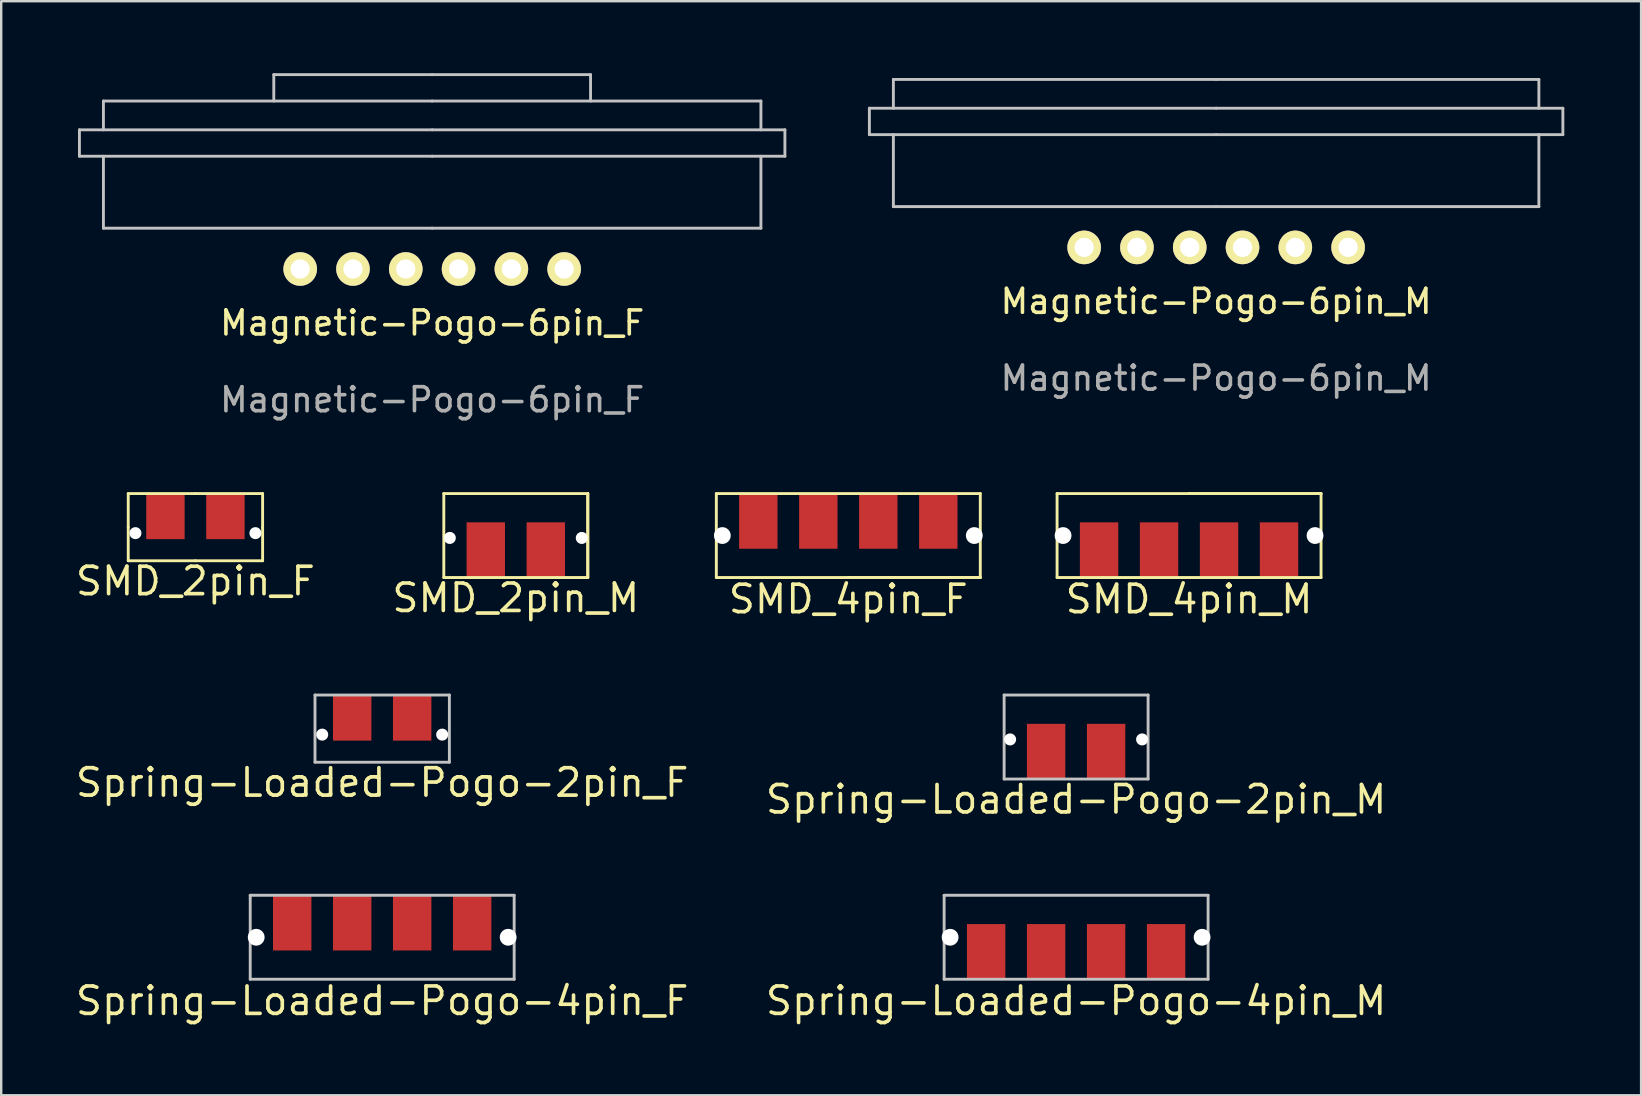
<source format=kicad_pcb>
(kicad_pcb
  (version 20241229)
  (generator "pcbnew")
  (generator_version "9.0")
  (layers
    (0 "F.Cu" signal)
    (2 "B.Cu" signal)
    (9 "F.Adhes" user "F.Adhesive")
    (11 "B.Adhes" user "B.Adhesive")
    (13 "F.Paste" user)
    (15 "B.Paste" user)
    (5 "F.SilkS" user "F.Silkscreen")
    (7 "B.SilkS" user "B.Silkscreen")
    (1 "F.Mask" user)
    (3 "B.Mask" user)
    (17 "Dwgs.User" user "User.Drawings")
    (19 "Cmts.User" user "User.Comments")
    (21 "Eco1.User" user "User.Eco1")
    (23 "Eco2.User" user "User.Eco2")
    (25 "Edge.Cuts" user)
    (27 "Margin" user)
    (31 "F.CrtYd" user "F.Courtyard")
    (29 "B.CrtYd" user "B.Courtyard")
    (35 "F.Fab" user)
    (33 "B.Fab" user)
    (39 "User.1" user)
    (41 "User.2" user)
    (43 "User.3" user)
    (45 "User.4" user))
  (footprint "Spring-Loaded-Pogo-2pin_M"
    (layer "F.Cu")
    (at 41.795 27.664)
    (property "Reference" "Spring-Loaded-Pogo-2pin_M" (at 0 2.6 0) (layer "F.SilkS") (effects (font (size 1.143 1.143) (thickness 0.152))))
    (attr smd)
    (fp_line (start -3 -1.75) (end 3 -1.75) (stroke (width 0.12) (type default)) (layer "Dwgs.User"))
    (fp_line (start -3 1.75) (end -3 -1.75) (stroke (width 0.12) (type default)) (layer "Dwgs.User"))
    (fp_line (start 3 -1.75) (end 3 1.75) (stroke (width 0.12) (type default)) (layer "Dwgs.User"))
    (fp_line (start 3 1.75) (end -3 1.75) (stroke (width 0.12) (type default)) (layer "Dwgs.User"))
    (pad "" np_thru_hole circle (at -2.75 0.1 270) (size 0.5 0.5) (drill 0.5) (layers "*.Cu" "*.Mask"))
    (pad "" np_thru_hole circle (at 2.75 0.1 270) (size 0.5 0.5) (drill 0.5) (layers "*.Cu" "*.Mask"))
    (pad "1" smd rect (at -1.25 0.6) (size 1.6 2.3) (layers "F.Cu" "F.Mask" "F.Paste"))
    (pad "2" smd rect (at 1.25 0.6) (size 1.6 2.3) (layers "F.Cu" "F.Mask" "F.Paste")))
  (footprint "Magnetic-Pogo-6pin_M"
    (layer "F.Cu")
    (at 47.63 7.26)
    (property "Reference" "Magnetic-Pogo-6pin_M" (at 0 2.25 0) (unlocked yes) (layer "F.SilkS") (effects (font (size 1 1) (thickness 0.15))))
    (attr smd)
    (fp_line (start -14.45 -4.7) (end -14.45 -5.8) (stroke (width 0.12) (type default)) (layer "Dwgs.User"))
    (fp_line (start -13.45 -7) (end -13.45 -5.8) (stroke (width 0.12) (type default)) (layer "Dwgs.User"))
    (fp_line (start -13.45 -1.7) (end -13.45 -4.7) (stroke (width 0.12) (type default)) (layer "Dwgs.User"))
    (fp_line (start 0 -7) (end -13.45 -7) (stroke (width 0.12) (type default)) (layer "Dwgs.User"))
    (fp_line (start 0 -7) (end 13.45 -7) (stroke (width 0.12) (type default)) (layer "Dwgs.User"))
    (fp_line (start 0 -5.8) (end -14.45 -5.8) (stroke (width 0.12) (type default)) (layer "Dwgs.User"))
    (fp_line (start 0 -5.8) (end 14.45 -5.8) (stroke (width 0.12) (type default)) (layer "Dwgs.User"))
    (fp_line (start 0 -4.7) (end -14.45 -4.7) (stroke (width 0.12) (type default)) (layer "Dwgs.User"))
    (fp_line (start 0 -4.7) (end 14.45 -4.7) (stroke (width 0.12) (type default)) (layer "Dwgs.User"))
    (fp_line (start 0 -1.7) (end -13.45 -1.7) (stroke (width 0.12) (type default)) (layer "Dwgs.User"))
    (fp_line (start 0 -1.7) (end 13.45 -1.7) (stroke (width 0.12) (type default)) (layer "Dwgs.User"))
    (fp_line (start 13.45 -5.8) (end 13.45 -7) (stroke (width 0.12) (type default)) (layer "Dwgs.User"))
    (fp_line (start 13.45 -1.7) (end 13.45 -4.7) (stroke (width 0.12) (type default)) (layer "Dwgs.User"))
    (fp_line (start 14.45 -5.8) (end 14.45 -4.7) (stroke (width 0.12) (type default)) (layer "Dwgs.User"))
    (fp_line (start 0 0) (end 0 -0.1) (stroke (width 0.12) (type default)) (layer "User.1"))
    (fp_line (start 0 0) (end 0 0.1) (stroke (width 0.12) (type default)) (layer "User.1"))
    (fp_line (start 0.1 0) (end -0.1 0) (stroke (width 0.12) (type default)) (layer "User.1"))
    (fp_line (start -14.65 -6) (end -14.65 -4.5) (stroke (width 0.12) (type default)) (layer "User.2"))
    (fp_line (start -13.65 -7.2) (end -13.65 -6) (stroke (width 0.12) (type default)) (layer "User.2"))
    (fp_line (start -13.65 -4.5) (end -13.65 -1.5) (stroke (width 0.12) (type default)) (layer "User.2"))
    (fp_line (start 0 -7.2) (end -13.65 -7.2) (stroke (width 0.12) (type default)) (layer "User.2"))
    (fp_line (start 0 -7.2) (end 13.65 -7.2) (stroke (width 0.12) (type default)) (layer "User.2"))
    (fp_line (start 0 -6) (end -14.65 -6) (stroke (width 0.12) (type default)) (layer "User.2"))
    (fp_line (start 0 -6) (end 14.65 -6) (stroke (width 0.12) (type default)) (layer "User.2"))
    (fp_line (start 0 -4.5) (end -14.65 -4.5) (stroke (width 0.12) (type default)) (layer "User.2"))
    (fp_line (start 0 -4.5) (end 14.65 -4.5) (stroke (width 0.12) (type default)) (layer "User.2"))
    (fp_line (start 0 -1.5) (end -13.65 -1.5) (stroke (width 0.12) (type default)) (layer "User.2"))
    (fp_line (start 0 -1.5) (end 13.65 -1.5) (stroke (width 0.12) (type default)) (layer "User.2"))
    (fp_line (start 13.65 -6) (end 13.65 -7.2) (stroke (width 0.12) (type default)) (layer "User.2"))
    (fp_line (start 13.65 -1.5) (end 13.65 -4.5) (stroke (width 0.12) (type default)) (layer "User.2"))
    (fp_line (start 14.65 -4.5) (end 14.65 -6) (stroke (width 0.12) (type default)) (layer "User.2"))
    (fp_text user "${REFERENCE}" (at 0 5.45 0) (unlocked yes) (layer "F.Fab") (effects (font (size 1 1) (thickness 0.15))))
    (pad "1" thru_hole circle (at -5.5 0) (size 1.4 1.4) (drill 0.8) (layers "*.Cu" "*.Mask" "F.SilkS"))
    (pad "2" thru_hole circle (at -3.3 0) (size 1.4 1.4) (drill 0.8) (layers "*.Cu" "*.Mask" "F.SilkS"))
    (pad "3" thru_hole circle (at -1.1 0) (size 1.4 1.4) (drill 0.8) (layers "*.Cu" "*.Mask" "F.SilkS"))
    (pad "4" thru_hole circle (at 1.1 0) (size 1.4 1.4) (drill 0.8) (layers "*.Cu" "*.Mask" "F.SilkS"))
    (pad "5" thru_hole circle (at 3.3 0) (size 1.4 1.4) (drill 0.8) (layers "*.Cu" "*.Mask" "F.SilkS"))
    (pad "6" thru_hole circle (at 5.5 0) (size 1.4 1.4) (drill 0.8) (layers "*.Cu" "*.Mask" "F.SilkS")))
  (footprint "SMD_4pin_M"
    (layer "F.Cu")
    (at 46.502 19.268)
    (property "Reference" "SMD_4pin_M" (at 0 2.65 0) (layer "F.SilkS") (effects (font (size 1.143 1.143) (thickness 0.152))))
    (attr smd)
    (fp_line (start -5.5 -1.75) (end 0 -1.75) (stroke (width 0.12) (type default)) (layer "F.SilkS"))
    (fp_line (start -5.5 1.75) (end -5.5 -1.75) (stroke (width 0.12) (type default)) (layer "F.SilkS"))
    (fp_line (start 0 -1.75) (end 5.5 -1.75) (stroke (width 0.12) (type default)) (layer "F.SilkS"))
    (fp_line (start 5.5 -1.75) (end 0 -1.75) (stroke (width 0.12) (type default)) (layer "F.SilkS"))
    (fp_line (start 5.5 -1.75) (end 5.5 1.75) (stroke (width 0.12) (type default)) (layer "F.SilkS"))
    (fp_line (start 5.5 1.75) (end -5.5 1.75) (stroke (width 0.12) (type default)) (layer "F.SilkS"))
    (fp_line (start -5.5 0) (end -5.25 0) (stroke (width 0.12) (type default)) (layer "User.1"))
    (fp_line (start 5.5 0) (end 5.25 0) (stroke (width 0.12) (type default)) (layer "User.1"))
    (pad "" np_thru_hole circle (at -5.25 0 270) (size 0.7 0.7) (drill 0.7) (layers "*.Cu" "*.Mask"))
    (pad "" np_thru_hole circle (at 5.25 0 270) (size 0.7 0.7) (drill 0.7) (layers "*.Cu" "*.Mask"))
    (pad "1" smd rect (at -3.75 0.6) (size 1.6 2.3) (layers "F.Cu" "F.Mask" "F.Paste"))
    (pad "2" smd rect (at -1.25 0.6) (size 1.6 2.3) (layers "F.Cu" "F.Mask" "F.Paste"))
    (pad "3" smd rect (at 1.25 0.6) (size 1.6 2.3) (layers "F.Cu" "F.Mask" "F.Paste"))
    (pad "4" smd rect (at 3.75 0.6) (size 1.6 2.3) (layers "F.Cu" "F.Mask" "F.Paste")))
  (footprint "SMD_4pin_F"
    (layer "F.Cu")
    (at 32.302 19.268)
    (property "Reference" "SMD_4pin_F" (at 0 2.65 0) (layer "F.SilkS") (effects (font (size 1.143 1.143) (thickness 0.152))))
    (attr smd)
    (fp_line (start -5.5 -1.75) (end -5.5 1.75) (stroke (width 0.12) (type default)) (layer "F.SilkS"))
    (fp_line (start -5.5 1.75) (end 0 1.75) (stroke (width 0.12) (type default)) (layer "F.SilkS"))
    (fp_line (start 0 1.75) (end 5.5 1.75) (stroke (width 0.12) (type default)) (layer "F.SilkS"))
    (fp_line (start 5.5 -1.75) (end -5.5 -1.75) (stroke (width 0.12) (type default)) (layer "F.SilkS"))
    (fp_line (start 5.5 1.75) (end 0 1.75) (stroke (width 0.12) (type default)) (layer "F.SilkS"))
    (fp_line (start 5.5 1.75) (end 5.5 -1.75) (stroke (width 0.12) (type default)) (layer "F.SilkS"))
    (fp_line (start -5.5 0) (end -5.25 0) (stroke (width 0.12) (type default)) (layer "User.1"))
    (fp_line (start 5.5 0) (end 5.25 0) (stroke (width 0.12) (type default)) (layer "User.1"))
    (pad "" np_thru_hole circle (at -5.25 0 90) (size 0.7 0.7) (drill 0.7) (layers "*.Cu" "*.Mask"))
    (pad "" np_thru_hole circle (at 5.25 0 90) (size 0.7 0.7) (drill 0.7) (layers "*.Cu" "*.Mask"))
    (pad "1" smd rect (at -3.75 -0.6) (size 1.6 2.3) (layers "F.Cu" "F.Mask" "F.Paste"))
    (pad "2" smd rect (at -1.25 -0.6) (size 1.6 2.3) (layers "F.Cu" "F.Mask" "F.Paste"))
    (pad "3" smd rect (at 1.25 -0.6) (size 1.6 2.3) (layers "F.Cu" "F.Mask" "F.Paste"))
    (pad "4" smd rect (at 3.75 -0.6) (size 1.6 2.3) (layers "F.Cu" "F.Mask" "F.Paste")))
  (footprint "Spring-Loaded-Pogo-4pin_F"
    (layer "F.Cu")
    (at 12.877 36.009)
    (property "Reference" "Spring-Loaded-Pogo-4pin_F" (at 0 2.65 0) (layer "F.SilkS") (effects (font (size 1.143 1.143) (thickness 0.152))))
    (attr smd)
    (fp_line (start -5.5 -1.75) (end 5.5 -1.75) (stroke (width 0.12) (type default)) (layer "Dwgs.User"))
    (fp_line (start -5.5 1.75) (end -5.5 -1.75) (stroke (width 0.12) (type default)) (layer "Dwgs.User"))
    (fp_line (start 5.5 -1.75) (end 5.5 1.75) (stroke (width 0.12) (type default)) (layer "Dwgs.User"))
    (fp_line (start 5.5 1.75) (end -5.5 1.75) (stroke (width 0.12) (type default)) (layer "Dwgs.User"))
    (fp_line (start -5.5 0) (end -5.25 0) (stroke (width 0.12) (type default)) (layer "User.1"))
    (fp_line (start 5.5 0) (end 5.25 0) (stroke (width 0.12) (type default)) (layer "User.1"))
    (pad "" np_thru_hole circle (at -5.25 0 90) (size 0.7 0.7) (drill 0.7) (layers "*.Cu" "*.Mask"))
    (pad "" np_thru_hole circle (at 5.25 0 90) (size 0.7 0.7) (drill 0.7) (layers "*.Cu" "*.Mask"))
    (pad "1" smd rect (at -3.75 -0.6) (size 1.6 2.3) (layers "F.Cu" "F.Mask" "F.Paste"))
    (pad "2" smd rect (at -1.25 -0.6) (size 1.6 2.3) (layers "F.Cu" "F.Mask" "F.Paste"))
    (pad "3" smd rect (at 1.25 -0.6) (size 1.6 2.3) (layers "F.Cu" "F.Mask" "F.Paste"))
    (pad "4" smd rect (at 3.75 -0.6) (size 1.6 2.3) (layers "F.Cu" "F.Mask" "F.Paste")))
  (footprint "SMD_2pin_F"
    (layer "F.Cu")
    (at 5.094 18.918)
    (property "Reference" "SMD_2pin_F" (at 0 2.25 0) (layer "F.SilkS") (effects (font (size 1.143 1.143) (thickness 0.152))))
    (attr smd)
    (fp_line (start -2.8 -1.4) (end -2.8 0) (stroke (width 0.12) (type default)) (layer "F.SilkS"))
    (fp_line (start -2.8 0) (end -2.8 1.4) (stroke (width 0.12) (type default)) (layer "F.SilkS"))
    (fp_line (start -2.8 1.4) (end 0 1.4) (stroke (width 0.12) (type default)) (layer "F.SilkS"))
    (fp_line (start 0 -1.4) (end -2.8 -1.4) (stroke (width 0.12) (type default)) (layer "F.SilkS"))
    (fp_line (start 0 1.4) (end 2.8 1.4) (stroke (width 0.12) (type default)) (layer "F.SilkS"))
    (fp_line (start 2.8 -1.4) (end 0 -1.4) (stroke (width 0.12) (type default)) (layer "F.SilkS"))
    (fp_line (start 2.8 0) (end 2.8 -1.4) (stroke (width 0.12) (type default)) (layer "F.SilkS"))
    (fp_line (start 2.8 1.4) (end 2.8 0) (stroke (width 0.12) (type default)) (layer "F.SilkS"))
    (pad "" np_thru_hole circle (at -2.5 0.25 90) (size 0.5 0.5) (drill 0.5) (layers "*.Cu" "*.Mask"))
    (pad "" np_thru_hole circle (at 2.5 0.25 90) (size 0.5 0.5) (drill 0.5) (layers "*.Cu" "*.Mask"))
    (pad "1" smd rect (at -1.25 -0.45) (size 1.6 1.9) (layers "F.Cu" "F.Mask" "F.Paste"))
    (pad "2" smd rect (at 1.25 -0.45) (size 1.6 1.9) (layers "F.Cu" "F.Mask" "F.Paste")))
  (footprint "Spring-Loaded-Pogo-4pin_M"
    (layer "F.Cu")
    (at 41.795 36.009)
    (property "Reference" "Spring-Loaded-Pogo-4pin_M" (at 0 2.65 0) (layer "F.SilkS") (effects (font (size 1.143 1.143) (thickness 0.152))))
    (attr smd)
    (fp_line (start -5.5 -1.75) (end 5.5 -1.75) (stroke (width 0.12) (type default)) (layer "Dwgs.User"))
    (fp_line (start -5.5 1.75) (end -5.5 -1.75) (stroke (width 0.12) (type default)) (layer "Dwgs.User"))
    (fp_line (start 5.5 -1.75) (end 5.5 1.75) (stroke (width 0.12) (type default)) (layer "Dwgs.User"))
    (fp_line (start 5.5 1.75) (end -5.5 1.75) (stroke (width 0.12) (type default)) (layer "Dwgs.User"))
    (fp_line (start -5.5 0) (end -5.25 0) (stroke (width 0.12) (type default)) (layer "User.1"))
    (fp_line (start 5.5 0) (end 5.25 0) (stroke (width 0.12) (type default)) (layer "User.1"))
    (pad "" np_thru_hole circle (at -5.25 0 270) (size 0.7 0.7) (drill 0.7) (layers "*.Cu" "*.Mask"))
    (pad "" np_thru_hole circle (at 5.25 0 270) (size 0.7 0.7) (drill 0.7) (layers "*.Cu" "*.Mask"))
    (pad "1" smd rect (at -3.75 0.6) (size 1.6 2.3) (layers "F.Cu" "F.Mask" "F.Paste"))
    (pad "2" smd rect (at -1.25 0.6) (size 1.6 2.3) (layers "F.Cu" "F.Mask" "F.Paste"))
    (pad "3" smd rect (at 1.25 0.6) (size 1.6 2.3) (layers "F.Cu" "F.Mask" "F.Paste"))
    (pad "4" smd rect (at 3.75 0.6) (size 1.6 2.3) (layers "F.Cu" "F.Mask" "F.Paste")))
  (footprint "Spring-Loaded-Pogo-2pin_F"
    (layer "F.Cu")
    (at 12.877 27.314)
    (property "Reference" "Spring-Loaded-Pogo-2pin_F" (at 0 2.25 0) (layer "F.SilkS") (effects (font (size 1.143 1.143) (thickness 0.152))))
    (attr smd)
    (fp_line (start -2.8 -1.4) (end 2.8 -1.4) (stroke (width 0.12) (type default)) (layer "Dwgs.User"))
    (fp_line (start -2.8 1.4) (end -2.8 -1.4) (stroke (width 0.12) (type default)) (layer "Dwgs.User"))
    (fp_line (start 2.8 -1.4) (end 2.8 1.4) (stroke (width 0.12) (type default)) (layer "Dwgs.User"))
    (fp_line (start 2.8 1.4) (end -2.8 1.4) (stroke (width 0.12) (type default)) (layer "Dwgs.User"))
    (pad "" np_thru_hole circle (at -2.5 0.25 90) (size 0.5 0.5) (drill 0.5) (layers "*.Cu" "*.Mask"))
    (pad "" np_thru_hole circle (at 2.5 0.25 90) (size 0.5 0.5) (drill 0.5) (layers "*.Cu" "*.Mask"))
    (pad "1" smd rect (at -1.25 -0.45) (size 1.6 1.9) (layers "F.Cu" "F.Mask" "F.Paste"))
    (pad "2" smd rect (at 1.25 -0.45) (size 1.6 1.9) (layers "F.Cu" "F.Mask" "F.Paste")))
  (footprint "SMD_2pin_M"
    (layer "F.Cu")
    (at 18.445 19.268)
    (property "Reference" "SMD_2pin_M" (at 0 2.6 0) (layer "F.SilkS") (effects (font (size 1.143 1.143) (thickness 0.152))))
    (attr smd)
    (fp_line (start -3 1.75) (end -3 -1.75) (stroke (width 0.12) (type default)) (layer "F.SilkS"))
    (fp_line (start -3 1.75) (end 3 1.75) (stroke (width 0.12) (type default)) (layer "F.SilkS"))
    (fp_line (start 3 -1.75) (end -3 -1.75) (stroke (width 0.12) (type default)) (layer "F.SilkS"))
    (fp_line (start 3 -1.75) (end 3 1.75) (stroke (width 0.12) (type default)) (layer "F.SilkS"))
    (fp_line (start 3 1.75) (end 3 -1.75) (stroke (width 0.12) (type default)) (layer "F.SilkS"))
    (pad "" np_thru_hole circle (at -2.75 0.1 270) (size 0.5 0.5) (drill 0.5) (layers "*.Cu" "*.Mask"))
    (pad "" np_thru_hole circle (at 2.75 0.1 270) (size 0.5 0.5) (drill 0.5) (layers "*.Cu" "*.Mask"))
    (pad "1" smd rect (at -1.25 0.6) (size 1.6 2.3) (layers "F.Cu" "F.Mask" "F.Paste"))
    (pad "2" smd rect (at 1.25 0.6) (size 1.6 2.3) (layers "F.Cu" "F.Mask" "F.Paste")))
  (footprint "Magnetic-Pogo-6pin_F"
    (layer "F.Cu")
    (at 14.96 8.16)
    (property "Reference" "Magnetic-Pogo-6pin_F" (at 0 2.25 0) (unlocked yes) (layer "F.SilkS") (effects (font (size 1 1) (thickness 0.15))))
    (attr smd)
    (fp_line (start -14.7 -4.7) (end -14.7 -5.8) (stroke (width 0.12) (type default)) (layer "Dwgs.User"))
    (fp_line (start -13.7 -7) (end -13.7 -5.8) (stroke (width 0.12) (type default)) (layer "Dwgs.User"))
    (fp_line (start -13.7 -1.7) (end -13.7 -4.7) (stroke (width 0.12) (type default)) (layer "Dwgs.User"))
    (fp_line (start -6.6 -8.1) (end -6.6 -7) (stroke (width 0.12) (type default)) (layer "Dwgs.User"))
    (fp_line (start 0 -8.1) (end -6.6 -8.1) (stroke (width 0.12) (type default)) (layer "Dwgs.User"))
    (fp_line (start 0 -7) (end -13.7 -7) (stroke (width 0.12) (type default)) (layer "Dwgs.User"))
    (fp_line (start 0 -7) (end 13.7 -7) (stroke (width 0.12) (type default)) (layer "Dwgs.User"))
    (fp_line (start 0 -5.8) (end -14.7 -5.8) (stroke (width 0.12) (type default)) (layer "Dwgs.User"))
    (fp_line (start 0 -5.8) (end 14.7 -5.8) (stroke (width 0.12) (type default)) (layer "Dwgs.User"))
    (fp_line (start 0 -4.7) (end -14.7 -4.7) (stroke (width 0.12) (type default)) (layer "Dwgs.User"))
    (fp_line (start 0 -4.7) (end 14.7 -4.7) (stroke (width 0.12) (type default)) (layer "Dwgs.User"))
    (fp_line (start 0 -1.7) (end -13.7 -1.7) (stroke (width 0.12) (type default)) (layer "Dwgs.User"))
    (fp_line (start 0 -1.7) (end 13.7 -1.7) (stroke (width 0.12) (type default)) (layer "Dwgs.User"))
    (fp_line (start 6.6 -8.1) (end 0 -8.1) (stroke (width 0.12) (type default)) (layer "Dwgs.User"))
    (fp_line (start 6.6 -8.1) (end 6.6 -7) (stroke (width 0.12) (type default)) (layer "Dwgs.User"))
    (fp_line (start 13.7 -5.8) (end 13.7 -7) (stroke (width 0.12) (type default)) (layer "Dwgs.User"))
    (fp_line (start 13.7 -1.7) (end 13.7 -4.7) (stroke (width 0.12) (type default)) (layer "Dwgs.User"))
    (fp_line (start 14.7 -5.8) (end 14.7 -4.7) (stroke (width 0.12) (type default)) (layer "Dwgs.User"))
    (fp_line (start 0 0) (end 0 -0.1) (stroke (width 0.12) (type default)) (layer "User.1"))
    (fp_line (start 0 0) (end 0 0.1) (stroke (width 0.12) (type default)) (layer "User.1"))
    (fp_line (start 0.1 0) (end -0.1 0) (stroke (width 0.12) (type default)) (layer "User.1"))
    (fp_line (start -14.9 -6) (end -14.9 -4.5) (stroke (width 0.12) (type default)) (layer "User.2"))
    (fp_line (start -14.9 -4.5) (end -13.9 -4.5) (stroke (width 0.12) (type default)) (layer "User.2"))
    (fp_line (start -13.9 -7.2) (end -13.9 -6) (stroke (width 0.12) (type default)) (layer "User.2"))
    (fp_line (start -13.9 -6) (end -14.9 -6) (stroke (width 0.12) (type default)) (layer "User.2"))
    (fp_line (start -13.9 -4.5) (end -13.9 -1.5) (stroke (width 0.12) (type default)) (layer "User.2"))
    (fp_line (start -13.9 -4.5) (end 0 -4.5) (stroke (width 0.12) (type default)) (layer "User.2"))
    (fp_line (start -13.9 -1.5) (end 0 -1.5) (stroke (width 0.12) (type default)) (layer "User.2"))
    (fp_line (start 0 -7.2) (end -13.9 -7.2) (stroke (width 0.12) (type default)) (layer "User.2"))
    (fp_line (start 0 -6) (end -13.9 -6) (stroke (width 0.12) (type default)) (layer "User.2"))
    (fp_line (start 0 -4.5) (end 13.9 -4.5) (stroke (width 0.12) (type default)) (layer "User.2"))
    (fp_line (start 0 -1.5) (end 13.9 -1.5) (stroke (width 0.12) (type default)) (layer "User.2"))
    (fp_line (start 13.9 -7.2) (end 0 -7.2) (stroke (width 0.12) (type default)) (layer "User.2"))
    (fp_line (start 13.9 -6) (end 0 -6) (stroke (width 0.12) (type default)) (layer "User.2"))
    (fp_line (start 13.9 -6) (end 13.9 -7.2) (stroke (width 0.12) (type default)) (layer "User.2"))
    (fp_line (start 13.9 -4.5) (end 14.9 -4.5) (stroke (width 0.12) (type default)) (layer "User.2"))
    (fp_line (start 13.9 -1.5) (end 13.9 -4.5) (stroke (width 0.12) (type default)) (layer "User.2"))
    (fp_line (start 14.9 -6) (end 13.9 -6) (stroke (width 0.12) (type default)) (layer "User.2"))
    (fp_line (start 14.9 -4.5) (end 14.9 -6) (stroke (width 0.12) (type default)) (layer "User.2"))
    (fp_text user "${REFERENCE}" (at 0 5.45 0) (unlocked yes) (layer "F.Fab") (effects (font (size 1 1) (thickness 0.15))))
    (pad "1" thru_hole circle (at 5.5 0) (size 1.4 1.4) (drill 0.8) (layers "*.Cu" "*.Mask" "F.SilkS"))
    (pad "2" thru_hole circle (at 3.3 0) (size 1.4 1.4) (drill 0.8) (layers "*.Cu" "*.Mask" "F.SilkS"))
    (pad "3" thru_hole circle (at 1.1 0) (size 1.4 1.4) (drill 0.8) (layers "*.Cu" "*.Mask" "F.SilkS"))
    (pad "4" thru_hole circle (at -1.1 0) (size 1.4 1.4) (drill 0.8) (layers "*.Cu" "*.Mask" "F.SilkS"))
    (pad "5" thru_hole circle (at -3.3 0) (size 1.4 1.4) (drill 0.8) (layers "*.Cu" "*.Mask" "F.SilkS"))
    (pad "6" thru_hole circle (at -5.5 0 180) (size 1.4 1.4) (drill 0.8) (layers "*.Cu" "*.Mask" "F.SilkS")))
  (gr_rect
    (start -3 -3)
    (end 65.34 42.594)
    (stroke (width 0.1) (type default))
    (fill no)
    (layer "Edge.Cuts")))
</source>
